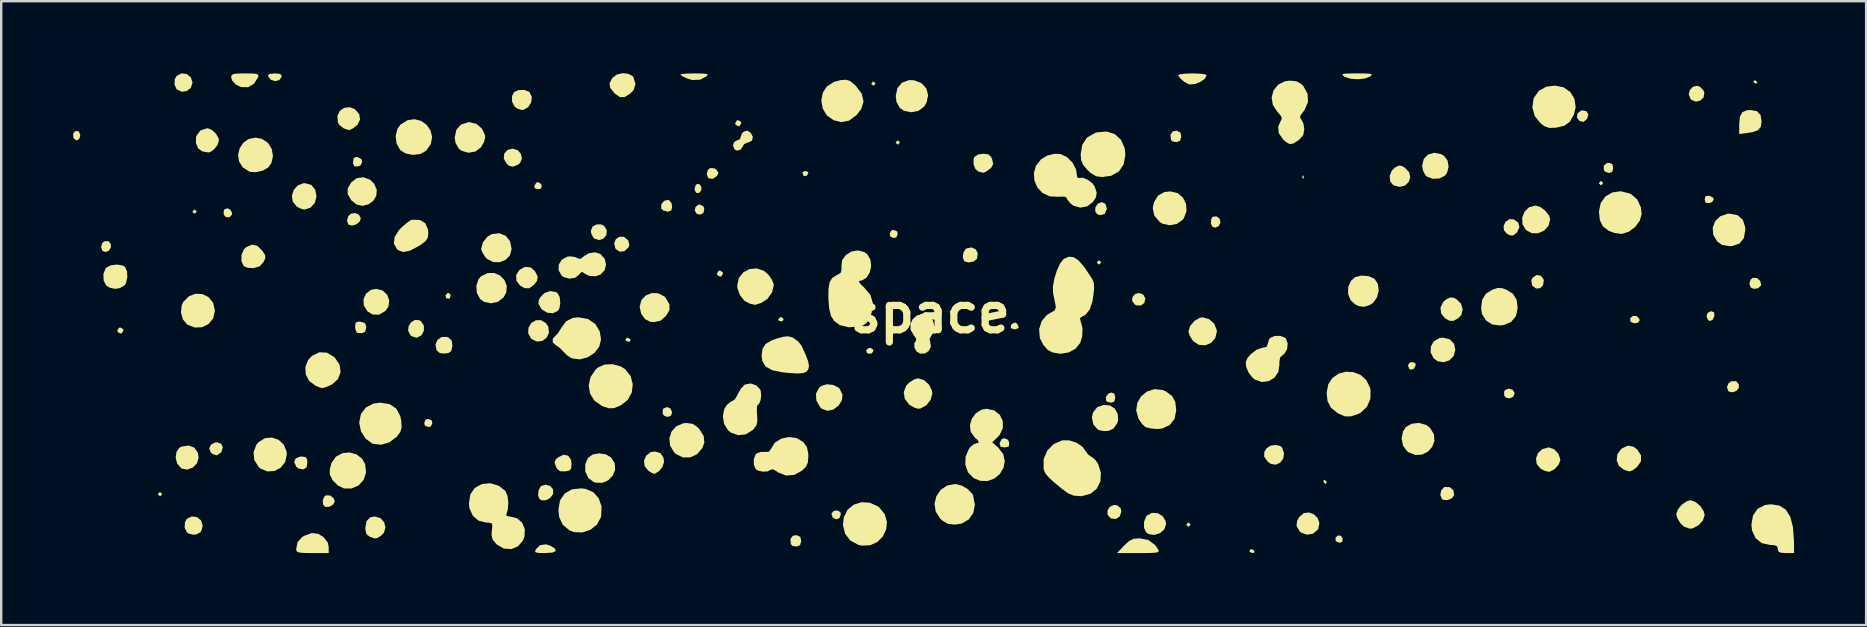
<source format=kicad_pcb>
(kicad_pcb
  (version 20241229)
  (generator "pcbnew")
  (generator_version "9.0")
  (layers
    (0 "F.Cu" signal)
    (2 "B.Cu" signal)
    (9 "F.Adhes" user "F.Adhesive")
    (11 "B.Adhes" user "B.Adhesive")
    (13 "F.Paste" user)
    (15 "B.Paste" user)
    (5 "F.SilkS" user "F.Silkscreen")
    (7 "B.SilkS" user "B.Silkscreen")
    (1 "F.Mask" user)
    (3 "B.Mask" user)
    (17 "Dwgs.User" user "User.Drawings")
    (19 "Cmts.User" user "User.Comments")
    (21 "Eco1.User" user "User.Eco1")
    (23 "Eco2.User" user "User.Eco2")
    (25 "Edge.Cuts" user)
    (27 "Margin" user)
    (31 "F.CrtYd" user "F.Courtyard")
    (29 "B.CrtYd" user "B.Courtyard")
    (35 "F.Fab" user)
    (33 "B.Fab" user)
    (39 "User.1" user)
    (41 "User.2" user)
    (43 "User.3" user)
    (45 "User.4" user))
  (footprint "space"
    (layer "F.Cu")
    (at 35.704 9.999)
    (property "Reference" "space" (at 0 0 0) (layer "F.SilkS") (effects (font (size 1.524 1.524) (thickness 0.3))))
    (attr board_only exclude_from_pos_files exclude_from_bom)
    (fp_poly (pts (xy 15.55 -5.729) (xy 15.561 -5.629) (xy 15.55 -5.616) (xy 15.5 -5.628) (xy 15.494 -5.673) (xy 15.525 -5.742)) (stroke (width 0) (type solid)) (fill yes) (layer "F.SilkS"))
    (fp_poly (pts (xy -33.627 0.66) (xy -33.613 0.72) (xy -33.68 0.832) (xy -33.74 0.847) (xy -33.852 0.779) (xy -33.867 0.72) (xy -33.799 0.607) (xy -33.74 0.593)) (stroke (width 0) (type solid)) (fill yes) (layer "F.SilkS"))
    (fp_poly (pts (xy -32.006 7.515) (xy -32.004 7.535) (xy -32.068 7.618) (xy -32.089 7.62) (xy -32.171 7.556) (xy -32.173 7.535) (xy -32.109 7.453) (xy -32.089 7.451)) (stroke (width 0) (type solid)) (fill yes) (layer "F.SilkS"))
    (fp_poly (pts (xy -30.567 -4.254) (xy -30.565 -4.233) (xy -30.629 -4.151) (xy -30.649 -4.149) (xy -30.732 -4.213) (xy -30.734 -4.233) (xy -30.67 -4.316) (xy -30.649 -4.318)) (stroke (width 0) (type solid)) (fill yes) (layer "F.SilkS"))
    (fp_poly (pts (xy -20.771 4.463) (xy -20.743 4.572) (xy -20.803 4.714) (xy -20.913 4.741) (xy -21.054 4.681) (xy -21.082 4.572) (xy -21.022 4.43) (xy -20.913 4.403)) (stroke (width 0) (type solid)) (fill yes) (layer "F.SilkS"))
    (fp_poly (pts (xy -19.99 -0.778) (xy -19.981 -0.72) (xy -20.033 -0.603) (xy -20.15 -0.624) (xy -20.177 -0.647) (xy -20.194 -0.752) (xy -20.108 -0.838) (xy -20.061 -0.847)) (stroke (width 0) (type solid)) (fill yes) (layer "F.SilkS"))
    (fp_poly (pts (xy -16.221 -5.391) (xy -16.187 -5.313) (xy -16.217 -5.193) (xy -16.341 -5.165) (xy -16.48 -5.208) (xy -16.494 -5.313) (xy -16.41 -5.439) (xy -16.341 -5.461)) (stroke (width 0) (type solid)) (fill yes) (layer "F.SilkS"))
    (fp_poly (pts (xy -12.506 1.078) (xy -12.488 1.101) (xy -12.508 1.173) (xy -12.568 1.185) (xy -12.684 1.141) (xy -12.7 1.101) (xy -12.639 1.018) (xy -12.62 1.016)) (stroke (width 0) (type solid)) (fill yes) (layer "F.SilkS"))
    (fp_poly (pts (xy -8.651 -1.71) (xy -8.636 -1.651) (xy -8.704 -1.539) (xy -8.763 -1.524) (xy -8.875 -1.592) (xy -8.89 -1.651) (xy -8.822 -1.763) (xy -8.763 -1.778)) (stroke (width 0) (type solid)) (fill yes) (layer "F.SilkS"))
    (fp_poly (pts (xy -7.889 -7.976) (xy -7.874 -7.916) (xy -7.942 -7.804) (xy -8.001 -7.789) (xy -8.113 -7.857) (xy -8.128 -7.916) (xy -8.06 -8.029) (xy -8.001 -8.043)) (stroke (width 0) (type solid)) (fill yes) (layer "F.SilkS"))
    (fp_poly (pts (xy -6.124 0.223) (xy -6.112 0.248) (xy -6.153 0.325) (xy -6.223 0.339) (xy -6.328 0.296) (xy -6.334 0.248) (xy -6.246 0.16) (xy -6.223 0.157)) (stroke (width 0) (type solid)) (fill yes) (layer "F.SilkS"))
    (fp_poly (pts (xy -5.094 -5.884) (xy -5.08 -5.847) (xy -5.136 -5.736) (xy -5.245 -5.71) (xy -5.28 -5.731) (xy -5.331 -5.854) (xy -5.241 -5.924) (xy -5.207 -5.927)) (stroke (width 0) (type solid)) (fill yes) (layer "F.SilkS"))
    (fp_poly (pts (xy -3.751 8.276) (xy -3.725 8.373) (xy -3.785 8.534) (xy -3.921 8.587) (xy -4.065 8.508) (xy -4.121 8.352) (xy -4.032 8.241) (xy -3.89 8.213)) (stroke (width 0) (type solid)) (fill yes) (layer "F.SilkS"))
    (fp_poly (pts (xy -2.385 1.507) (xy -2.371 1.566) (xy -2.434 1.673) (xy -2.567 1.688) (xy -2.651 1.639) (xy -2.67 1.536) (xy -2.573 1.453) (xy -2.493 1.439)) (stroke (width 0) (type solid)) (fill yes) (layer "F.SilkS"))
    (fp_poly (pts (xy -2.288 -9.588) (xy -2.286 -9.567) (xy -2.35 -9.485) (xy -2.371 -9.483) (xy -2.453 -9.547) (xy -2.455 -9.567) (xy -2.391 -9.65) (xy -2.371 -9.652)) (stroke (width 0) (type solid)) (fill yes) (layer "F.SilkS"))
    (fp_poly (pts (xy -1.382 -3.411) (xy -1.355 -3.302) (xy -1.415 -3.16) (xy -1.524 -3.133) (xy -1.666 -3.193) (xy -1.693 -3.302) (xy -1.633 -3.444) (xy -1.524 -3.471)) (stroke (width 0) (type solid)) (fill yes) (layer "F.SilkS"))
    (fp_poly (pts (xy -1.272 -7.132) (xy -1.27 -7.112) (xy -1.334 -7.03) (xy -1.355 -7.027) (xy -1.437 -7.092) (xy -1.439 -7.112) (xy -1.375 -7.194) (xy -1.355 -7.197)) (stroke (width 0) (type solid)) (fill yes) (layer "F.SilkS"))
    (fp_poly (pts (xy 7.11 -2.137) (xy 7.112 -2.117) (xy 7.048 -2.034) (xy 7.027 -2.032) (xy 6.945 -2.096) (xy 6.943 -2.117) (xy 7.007 -2.199) (xy 7.027 -2.201)) (stroke (width 0) (type solid)) (fill yes) (layer "F.SilkS"))
    (fp_poly (pts (xy 10.835 8.785) (xy 10.837 8.805) (xy 10.773 8.888) (xy 10.753 8.89) (xy 10.67 8.826) (xy 10.668 8.805) (xy 10.732 8.723) (xy 10.753 8.721)) (stroke (width 0) (type solid)) (fill yes) (layer "F.SilkS"))
    (fp_poly (pts (xy 13.487 9.883) (xy 13.504 9.906) (xy 13.485 9.978) (xy 13.425 9.991) (xy 13.309 9.946) (xy 13.293 9.906) (xy 13.353 9.824) (xy 13.372 9.821)) (stroke (width 0) (type solid)) (fill yes) (layer "F.SilkS"))
    (fp_poly (pts (xy 16.507 7.004) (xy 16.51 7.027) (xy 16.481 7.11) (xy 16.473 7.112) (xy 16.4 7.053) (xy 16.383 7.027) (xy 16.39 6.949) (xy 16.42 6.943)) (stroke (width 0) (type solid)) (fill yes) (layer "F.SilkS"))
    (fp_poly (pts (xy 17.095 9.266) (xy 17.179 9.383) (xy 17.165 9.51) (xy 17.065 9.567) (xy 16.918 9.511) (xy 16.886 9.475) (xy 16.883 9.348) (xy 16.978 9.259)) (stroke (width 0) (type solid)) (fill yes) (layer "F.SilkS"))
    (fp_poly (pts (xy 20.208 2.079) (xy 20.22 2.173) (xy 20.14 2.317) (xy 20.015 2.351) (xy 19.955 2.316) (xy 19.895 2.171) (xy 19.971 2.057) (xy 20.072 2.032)) (stroke (width 0) (type solid)) (fill yes) (layer "F.SilkS"))
    (fp_poly (pts (xy 28.022 -5.439) (xy 28.025 -5.419) (xy 27.96 -5.336) (xy 27.94 -5.334) (xy 27.858 -5.398) (xy 27.855 -5.419) (xy 27.92 -5.501) (xy 27.94 -5.503)) (stroke (width 0) (type solid)) (fill yes) (layer "F.SilkS"))
    (fp_poly (pts (xy 34.375 -9.694) (xy 34.455 -9.618) (xy 34.459 -9.605) (xy 34.394 -9.568) (xy 34.375 -9.567) (xy 34.293 -9.632) (xy 34.29 -9.657) (xy 34.342 -9.708)) (stroke (width 0) (type solid)) (fill yes) (layer "F.SilkS"))
    (fp_poly (pts (xy -34.135 -2.875) (xy -34.135 -2.74) (xy -34.224 -2.601) (xy -34.374 -2.549) (xy -34.485 -2.594) (xy -34.544 -2.752) (xy -34.495 -2.922) (xy -34.403 -2.999) (xy -34.229 -3.001)) (stroke (width 0) (type solid)) (fill yes) (layer "F.SilkS"))
    (fp_poly (pts (xy -29.145 -4.299) (xy -29.086 -4.165) (xy -29.097 -4.1) (xy -29.206 -3.992) (xy -29.348 -4.007) (xy -29.436 -4.112) (xy -29.432 -4.277) (xy -29.394 -4.337) (xy -29.268 -4.373)) (stroke (width 0) (type solid)) (fill yes) (layer "F.SilkS"))
    (fp_poly (pts (xy -9.457 -4.459) (xy -9.415 -4.35) (xy -9.453 -4.177) (xy -9.591 -4.106) (xy -9.732 -4.145) (xy -9.813 -4.273) (xy -9.782 -4.424) (xy -9.663 -4.522) (xy -9.609 -4.53)) (stroke (width 0) (type solid)) (fill yes) (layer "F.SilkS"))
    (fp_poly (pts (xy -5.416 9.317) (xy -5.376 9.483) (xy -5.423 9.657) (xy -5.567 9.721) (xy -5.746 9.691) (xy -5.809 9.616) (xy -5.828 9.406) (xy -5.727 9.269) (xy -5.567 9.244)) (stroke (width 0) (type solid)) (fill yes) (layer "F.SilkS"))
    (fp_poly (pts (xy 3.629 0.451) (xy 3.683 0.575) (xy 3.668 0.622) (xy 3.525 0.675) (xy 3.378 0.633) (xy 3.35 0.602) (xy 3.365 0.493) (xy 3.419 0.432) (xy 3.545 0.385)) (stroke (width 0) (type solid)) (fill yes) (layer "F.SilkS"))
    (fp_poly (pts (xy 7.671 3.357) (xy 7.705 3.514) (xy 7.664 3.681) (xy 7.54 3.725) (xy 7.381 3.69) (xy 7.328 3.648) (xy 7.313 3.491) (xy 7.409 3.351) (xy 7.544 3.302)) (stroke (width 0) (type solid)) (fill yes) (layer "F.SilkS"))
    (fp_poly (pts (xy 10.417 -7.532) (xy 10.456 -7.366) (xy 10.41 -7.192) (xy 10.265 -7.127) (xy 10.087 -7.158) (xy 10.024 -7.233) (xy 10.005 -7.443) (xy 10.106 -7.579) (xy 10.265 -7.605)) (stroke (width 0) (type solid)) (fill yes) (layer "F.SilkS"))
    (fp_poly (pts (xy 12.052 -3.938) (xy 12.091 -3.779) (xy 12.01 -3.626) (xy 11.866 -3.563) (xy 11.743 -3.61) (xy 11.689 -3.751) (xy 11.702 -3.924) (xy 11.761 -4.017) (xy 11.92 -4.036)) (stroke (width 0) (type solid)) (fill yes) (layer "F.SilkS"))
    (fp_poly (pts (xy 28.413 -6.213) (xy 28.448 -6.054) (xy 28.409 -5.888) (xy 28.276 -5.842) (xy 28.114 -5.895) (xy 28.057 -5.965) (xy 28.054 -6.148) (xy 28.188 -6.253) (xy 28.284 -6.265)) (stroke (width 0) (type solid)) (fill yes) (layer "F.SilkS"))
    (fp_poly (pts (xy 32.65 -0.043) (xy 32.666 0.099) (xy 32.596 0.269) (xy 32.48 0.324) (xy 32.401 0.284) (xy 32.335 0.131) (xy 32.381 -0.017) (xy 32.515 -0.085) (xy 32.518 -0.085)) (stroke (width 0) (type solid)) (fill yes) (layer "F.SilkS"))
    (fp_poly (pts (xy -35.499 -7.585) (xy -35.464 -7.558) (xy -35.41 -7.419) (xy -35.448 -7.27) (xy -35.553 -7.197) (xy -35.56 -7.197) (xy -35.665 -7.265) (xy -35.701 -7.329) (xy -35.704 -7.486) (xy -35.62 -7.587)) (stroke (width 0) (type solid)) (fill yes) (layer "F.SilkS"))
    (fp_poly (pts (xy -23.855 -6.504) (xy -23.696 -6.42) (xy -23.664 -6.308) (xy -23.734 -6.156) (xy -23.855 -6.111) (xy -23.996 -6.122) (xy -24.043 -6.24) (xy -24.045 -6.308) (xy -24.019 -6.469) (xy -23.913 -6.51)) (stroke (width 0) (type solid)) (fill yes) (layer "F.SilkS"))
    (fp_poly (pts (xy -10.82 3.976) (xy -10.753 4.135) (xy -10.753 4.146) (xy -10.815 4.278) (xy -10.952 4.32) (xy -11.092 4.266) (xy -11.148 4.185) (xy -11.145 4.022) (xy -11.108 3.962) (xy -10.961 3.907)) (stroke (width 0) (type solid)) (fill yes) (layer "F.SilkS"))
    (fp_poly (pts (xy -9.616 -5.379) (xy -9.539 -5.269) (xy -9.539 -5.116) (xy -9.542 -5.109) (xy -9.643 -5.004) (xy -9.762 -5.024) (xy -9.821 -5.155) (xy -9.821 -5.16) (xy -9.778 -5.325) (xy -9.727 -5.382)) (stroke (width 0) (type solid)) (fill yes) (layer "F.SilkS"))
    (fp_poly (pts (xy 3.242 5.276) (xy 3.287 5.397) (xy 3.276 5.539) (xy 3.158 5.586) (xy 3.09 5.588) (xy 2.929 5.562) (xy 2.888 5.455) (xy 2.894 5.397) (xy 2.978 5.238) (xy 3.09 5.207)) (stroke (width 0) (type solid)) (fill yes) (layer "F.SilkS"))
    (fp_poly (pts (xy 8.872 -0.776) (xy 8.959 -0.62) (xy 8.918 -0.431) (xy 8.774 -0.323) (xy 8.585 -0.329) (xy 8.51 -0.37) (xy 8.405 -0.523) (xy 8.421 -0.668) (xy 8.535 -0.808) (xy 8.708 -0.842)) (stroke (width 0) (type solid)) (fill yes) (layer "F.SilkS"))
    (fp_poly (pts (xy 24.256 3.185) (xy 24.34 3.32) (xy 24.342 3.345) (xy 24.276 3.485) (xy 24.13 3.547) (xy 23.978 3.516) (xy 23.907 3.429) (xy 23.904 3.266) (xy 23.94 3.204) (xy 24.097 3.138)) (stroke (width 0) (type solid)) (fill yes) (layer "F.SilkS"))
    (fp_poly (pts (xy 29.416 0.113) (xy 29.532 0.225) (xy 29.549 0.294) (xy 29.483 0.393) (xy 29.34 0.421) (xy 29.199 0.372) (xy 29.163 0.331) (xy 29.158 0.204) (xy 29.262 0.114) (xy 29.416 0.113)) (stroke (width 0) (type solid)) (fill yes) (layer "F.SilkS"))
    (fp_poly (pts (xy 32.449 -4.895) (xy 32.597 -4.826) (xy 32.639 -4.741) (xy 32.567 -4.632) (xy 32.449 -4.587) (xy 32.3 -4.603) (xy 32.258 -4.734) (xy 32.258 -4.741) (xy 32.297 -4.877) (xy 32.441 -4.896)) (stroke (width 0) (type solid)) (fill yes) (layer "F.SilkS"))
    (fp_poly (pts (xy 33.68 2.955) (xy 33.683 3.103) (xy 33.589 3.231) (xy 33.42 3.294) (xy 33.265 3.262) (xy 33.249 3.249) (xy 33.187 3.088) (xy 33.246 2.92) (xy 33.367 2.834) (xy 33.57 2.831)) (stroke (width 0) (type solid)) (fill yes) (layer "F.SilkS"))
    (fp_poly (pts (xy 34.432 -1.467) (xy 34.568 -1.353) (xy 34.611 -1.19) (xy 34.601 -1.15) (xy 34.484 -1.043) (xy 34.306 -1.017) (xy 34.177 -1.072) (xy 34.12 -1.23) (xy 34.171 -1.4) (xy 34.263 -1.476)) (stroke (width 0) (type solid)) (fill yes) (layer "F.SilkS"))
    (fp_poly (pts (xy -29.536 5.439) (xy -29.471 5.592) (xy -29.534 5.781) (xy -29.552 5.804) (xy -29.725 5.918) (xy -29.904 5.865) (xy -29.978 5.793) (xy -30.037 5.621) (xy -29.96 5.468) (xy -29.779 5.382) (xy -29.71 5.376)) (stroke (width 0) (type solid)) (fill yes) (layer "F.SilkS"))
    (fp_poly (pts (xy -27.096 -9.974) (xy -27.022 -9.911) (xy -27.024 -9.842) (xy -27.121 -9.712) (xy -27.294 -9.669) (xy -27.47 -9.727) (xy -27.496 -9.75) (xy -27.593 -9.887) (xy -27.539 -9.964) (xy -27.329 -9.99) (xy -27.299 -9.991)) (stroke (width 0) (type solid)) (fill yes) (layer "F.SilkS"))
    (fp_poly (pts (xy -24.997 7.592) (xy -24.85 7.71) (xy -24.807 7.839) (xy -24.879 7.971) (xy -25.039 8.062) (xy -25.209 8.067) (xy -25.209 8.067) (xy -25.298 7.961) (xy -25.307 7.789) (xy -25.243 7.634) (xy -25.178 7.585)) (stroke (width 0) (type solid)) (fill yes) (layer "F.SilkS"))
    (fp_poly (pts (xy -23.801 -4.104) (xy -23.726 -3.966) (xy -23.758 -3.836) (xy -23.902 -3.706) (xy -24.088 -3.65) (xy -24.237 -3.691) (xy -24.239 -3.694) (xy -24.3 -3.856) (xy -24.248 -4.04) (xy -24.142 -4.142) (xy -23.956 -4.176)) (stroke (width 0) (type solid)) (fill yes) (layer "F.SilkS"))
    (fp_poly (pts (xy -10.886 -4.713) (xy -10.785 -4.598) (xy -10.753 -4.448) (xy -10.787 -4.285) (xy -10.921 -4.234) (xy -10.955 -4.233) (xy -11.133 -4.286) (xy -11.212 -4.375) (xy -11.204 -4.545) (xy -11.089 -4.681) (xy -10.927 -4.724)) (stroke (width 0) (type solid)) (fill yes) (layer "F.SilkS"))
    (fp_poly (pts (xy -8.999 -6.038) (xy -8.903 -5.976) (xy -8.823 -5.851) (xy -8.883 -5.723) (xy -8.886 -5.719) (xy -9.056 -5.6) (xy -9.222 -5.617) (xy -9.257 -5.644) (xy -9.314 -5.802) (xy -9.263 -5.972) (xy -9.171 -6.048)) (stroke (width 0) (type solid)) (fill yes) (layer "F.SilkS"))
    (fp_poly (pts (xy 7.292 -4.557) (xy 7.352 -4.379) (xy 7.349 -4.329) (xy 7.266 -4.139) (xy 7.091 -4.086) (xy 6.964 -4.119) (xy 6.872 -4.233) (xy 6.876 -4.407) (xy 6.974 -4.563) (xy 6.974 -4.563) (xy 7.149 -4.629)) (stroke (width 0) (type solid)) (fill yes) (layer "F.SilkS"))
    (fp_poly (pts (xy 7.785 8) (xy 7.931 8.124) (xy 7.959 8.258) (xy 7.893 8.462) (xy 7.731 8.57) (xy 7.53 8.549) (xy 7.512 8.54) (xy 7.384 8.397) (xy 7.379 8.224) (xy 7.472 8.07) (xy 7.637 7.987)) (stroke (width 0) (type solid)) (fill yes) (layer "F.SilkS"))
    (fp_poly (pts (xy 21.636 7.243) (xy 21.788 7.37) (xy 21.827 7.57) (xy 21.735 7.704) (xy 21.558 7.782) (xy 21.376 7.776) (xy 21.312 7.737) (xy 21.246 7.572) (xy 21.282 7.38) (xy 21.401 7.247) (xy 21.425 7.238)) (stroke (width 0) (type solid)) (fill yes) (layer "F.SilkS"))
    (fp_poly (pts (xy 25.425 -1.567) (xy 25.541 -1.423) (xy 25.556 -1.363) (xy 25.524 -1.161) (xy 25.4 -1.043) (xy 25.236 -1.029) (xy 25.088 -1.14) (xy 25.068 -1.174) (xy 25.035 -1.368) (xy 25.091 -1.479) (xy 25.253 -1.592)) (stroke (width 0) (type solid)) (fill yes) (layer "F.SilkS"))
    (fp_poly (pts (xy 27.336 -8.415) (xy 27.414 -8.281) (xy 27.363 -8.106) (xy 27.346 -8.085) (xy 27.219 -7.973) (xy 27.085 -7.996) (xy 27.022 -8.034) (xy 26.934 -8.166) (xy 26.967 -8.323) (xy 27.098 -8.436) (xy 27.158 -8.451)) (stroke (width 0) (type solid)) (fill yes) (layer "F.SilkS"))
    (fp_poly (pts (xy -26.024 5.99) (xy -25.958 6.089) (xy -25.95 6.223) (xy -25.982 6.417) (xy -26.097 6.497) (xy -26.127 6.502) (xy -26.319 6.468) (xy -26.409 6.4) (xy -26.498 6.202) (xy -26.437 6.046) (xy -26.246 5.971) (xy -26.203 5.969)) (stroke (width 0) (type solid)) (fill yes) (layer "F.SilkS"))
    (fp_poly (pts (xy -23.728 0.354) (xy -23.553 0.408) (xy -23.497 0.546) (xy -23.495 0.593) (xy -23.545 0.771) (xy -23.668 0.829) (xy -23.836 0.823) (xy -23.901 0.794) (xy -23.948 0.67) (xy -23.961 0.531) (xy -23.934 0.386) (xy -23.82 0.347)) (stroke (width 0) (type solid)) (fill yes) (layer "F.SilkS"))
    (fp_poly (pts (xy -17.187 -6.794) (xy -17.053 -6.637) (xy -17.014 -6.441) (xy -17.087 -6.259) (xy -17.182 -6.184) (xy -17.392 -6.104) (xy -17.551 -6.147) (xy -17.647 -6.229) (xy -17.768 -6.441) (xy -17.748 -6.65) (xy -17.609 -6.805) (xy -17.399 -6.858)) (stroke (width 0) (type solid)) (fill yes) (layer "F.SilkS"))
    (fp_poly (pts (xy -15.834 7.196) (xy -15.714 7.333) (xy -15.713 7.524) (xy -15.826 7.688) (xy -16.001 7.789) (xy -16.188 7.793) (xy -16.284 7.733) (xy -16.339 7.578) (xy -16.317 7.373) (xy -16.227 7.208) (xy -16.218 7.2) (xy -16.032 7.14)) (stroke (width 0) (type solid)) (fill yes) (layer "F.SilkS"))
    (fp_poly (pts (xy -15.825 9.683) (xy -15.631 9.809) (xy -15.602 9.905) (xy -15.733 9.967) (xy -16.022 9.991) (xy -16.04 9.991) (xy -16.307 9.986) (xy -16.437 9.963) (xy -16.463 9.908) (xy -16.431 9.832) (xy -16.256 9.663) (xy -16.01 9.626)) (stroke (width 0) (type solid)) (fill yes) (layer "F.SilkS"))
    (fp_poly (pts (xy -13.701 -3.699) (xy -13.588 -3.64) (xy -13.477 -3.459) (xy -13.493 -3.26) (xy -13.617 -3.103) (xy -13.801 -3.048) (xy -13.978 -3.104) (xy -14.038 -3.15) (xy -14.12 -3.312) (xy -14.139 -3.444) (xy -14.069 -3.608) (xy -13.901 -3.701)) (stroke (width 0) (type solid)) (fill yes) (layer "F.SilkS"))
    (fp_poly (pts (xy -12.766 -3.183) (xy -12.599 -3.051) (xy -12.582 -3.027) (xy -12.535 -2.843) (xy -12.582 -2.731) (xy -12.747 -2.585) (xy -12.94 -2.565) (xy -13.1 -2.672) (xy -13.121 -2.704) (xy -13.169 -2.921) (xy -13.096 -3.091) (xy -12.947 -3.187)) (stroke (width 0) (type solid)) (fill yes) (layer "F.SilkS"))
    (fp_poly (pts (xy 24.299 -3.913) (xy 24.492 -3.778) (xy 24.543 -3.583) (xy 24.442 -3.373) (xy 24.42 -3.35) (xy 24.28 -3.239) (xy 24.149 -3.244) (xy 24.024 -3.309) (xy 23.894 -3.46) (xy 23.884 -3.647) (xy 23.969 -3.818) (xy 24.126 -3.92)) (stroke (width 0) (type solid)) (fill yes) (layer "F.SilkS"))
    (fp_poly (pts (xy 32.068 -9.431) (xy 32.205 -9.287) (xy 32.244 -9.194) (xy 32.216 -8.992) (xy 32.079 -8.857) (xy 31.891 -8.814) (xy 31.706 -8.89) (xy 31.669 -8.928) (xy 31.595 -9.117) (xy 31.641 -9.301) (xy 31.771 -9.436) (xy 31.949 -9.475)) (stroke (width 0) (type solid)) (fill yes) (layer "F.SilkS"))
    (fp_poly (pts (xy -30.977 -9.966) (xy -30.806 -9.832) (xy -30.734 -9.614) (xy -30.734 -9.61) (xy -30.803 -9.391) (xy -30.973 -9.255) (xy -31.188 -9.226) (xy -31.391 -9.327) (xy -31.394 -9.33) (xy -31.485 -9.524) (xy -31.472 -9.753) (xy -31.394 -9.889) (xy -31.192 -9.993)) (stroke (width 0) (type solid)) (fill yes) (layer "F.SilkS"))
    (fp_poly (pts (xy -22.814 -0.947) (xy -22.625 -0.77) (xy -22.539 -0.531) (xy -22.574 -0.276) (xy -22.707 -0.088) (xy -22.969 0.062) (xy -23.239 0.052) (xy -23.453 -0.085) (xy -23.6 -0.329) (xy -23.611 -0.589) (xy -23.504 -0.82) (xy -23.296 -0.976) (xy -23.086 -1.016)) (stroke (width 0) (type solid)) (fill yes) (layer "F.SilkS"))
    (fp_poly (pts (xy -21.281 0.292) (xy -21.212 0.337) (xy -21.096 0.52) (xy -21.096 0.733) (xy -21.195 0.917) (xy -21.374 1.013) (xy -21.421 1.016) (xy -21.598 0.96) (xy -21.658 0.914) (xy -21.753 0.731) (xy -21.731 0.536) (xy -21.624 0.371) (xy -21.463 0.276)) (stroke (width 0) (type solid)) (fill yes) (layer "F.SilkS"))
    (fp_poly (pts (xy -16.643 -1.906) (xy -16.472 -1.759) (xy -16.356 -1.532) (xy -16.383 -1.346) (xy -16.51 -1.185) (xy -16.706 -1.041) (xy -16.896 -1.043) (xy -17.084 -1.148) (xy -17.24 -1.345) (xy -17.254 -1.582) (xy -17.124 -1.801) (xy -17.117 -1.807) (xy -16.879 -1.933)) (stroke (width 0) (type solid)) (fill yes) (layer "F.SilkS"))
    (fp_poly (pts (xy -16.007 0.416) (xy -15.912 0.564) (xy -15.886 0.816) (xy -15.984 1.021) (xy -16.163 1.152) (xy -16.383 1.181) (xy -16.603 1.078) (xy -16.631 1.052) (xy -16.75 0.837) (xy -16.74 0.607) (xy -16.625 0.41) (xy -16.432 0.291) (xy -16.214 0.289)) (stroke (width 0) (type solid)) (fill yes) (layer "F.SilkS"))
    (fp_poly (pts (xy -15.084 5.933) (xy -14.965 6.11) (xy -14.944 6.275) (xy -14.961 6.472) (xy -15.046 6.558) (xy -15.218 6.588) (xy -15.426 6.581) (xy -15.547 6.481) (xy -15.596 6.388) (xy -15.654 6.21) (xy -15.599 6.087) (xy -15.508 6.006) (xy -15.276 5.893)) (stroke (width 0) (type solid)) (fill yes) (layer "F.SilkS"))
    (fp_poly (pts (xy 1.889 -2.665) (xy 1.979 -2.497) (xy 1.945 -2.28) (xy 1.932 -2.256) (xy 1.796 -2.152) (xy 1.596 -2.115) (xy 1.427 -2.159) (xy 1.411 -2.173) (xy 1.354 -2.33) (xy 1.381 -2.531) (xy 1.476 -2.682) (xy 1.494 -2.694) (xy 1.713 -2.744)) (stroke (width 0) (type solid)) (fill yes) (layer "F.SilkS"))
    (fp_poly (pts (xy 14.578 5.53) (xy 14.656 5.599) (xy 14.738 5.84) (xy 14.699 6.06) (xy 14.572 6.227) (xy 14.389 6.309) (xy 14.182 6.275) (xy 14.059 6.185) (xy 13.909 5.978) (xy 13.914 5.782) (xy 13.998 5.636) (xy 14.161 5.522) (xy 14.38 5.486)) (stroke (width 0) (type solid)) (fill yes) (layer "F.SilkS"))
    (fp_poly (pts (xy 21.638 1.083) (xy 21.819 1.272) (xy 21.872 1.524) (xy 21.802 1.784) (xy 21.624 1.962) (xy 21.386 2.041) (xy 21.136 2) (xy 20.968 1.877) (xy 20.842 1.633) (xy 20.854 1.38) (xy 20.983 1.164) (xy 21.208 1.034) (xy 21.348 1.016)) (stroke (width 0) (type solid)) (fill yes) (layer "F.SilkS"))
    (fp_poly (pts (xy 34.436 -8.418) (xy 34.586 -8.259) (xy 34.629 -7.994) (xy 34.597 -7.767) (xy 34.48 -7.625) (xy 34.246 -7.543) (xy 34.057 -7.512) (xy 33.697 -7.467) (xy 33.697 -7.865) (xy 33.727 -8.188) (xy 33.828 -8.376) (xy 34.023 -8.458) (xy 34.163 -8.467)) (stroke (width 0) (type solid)) (fill yes) (layer "F.SilkS"))
    (fp_poly (pts (xy -30.656 5.601) (xy -30.51 5.814) (xy -30.48 6.013) (xy -30.549 6.251) (xy -30.722 6.428) (xy -30.948 6.513) (xy -31.175 6.474) (xy -31.208 6.455) (xy -31.372 6.266) (xy -31.437 6.022) (xy -31.405 5.781) (xy -31.276 5.6) (xy -31.199 5.557) (xy -30.896 5.509)) (stroke (width 0) (type solid)) (fill yes) (layer "F.SilkS"))
    (fp_poly (pts (xy -30.554 8.491) (xy -30.382 8.625) (xy -30.311 8.843) (xy -30.311 8.848) (xy -30.357 9.042) (xy -30.412 9.127) (xy -30.577 9.212) (xy -30.692 9.229) (xy -30.886 9.183) (xy -30.971 9.127) (xy -31.062 8.934) (xy -31.048 8.704) (xy -30.971 8.568) (xy -30.769 8.464)) (stroke (width 0) (type solid)) (fill yes) (layer "F.SilkS"))
    (fp_poly (pts (xy -20.061 1.019) (xy -19.934 1.142) (xy -19.91 1.353) (xy -19.913 1.381) (xy -19.955 1.573) (xy -20.07 1.655) (xy -20.209 1.677) (xy -20.433 1.662) (xy -20.562 1.546) (xy -20.568 1.535) (xy -20.614 1.308) (xy -20.532 1.113) (xy -20.363 0.992) (xy -20.145 0.985)) (stroke (width 0) (type solid)) (fill yes) (layer "F.SilkS"))
    (fp_poly (pts (xy -16.719 -9.231) (xy -16.696 -9.212) (xy -16.6 -9.013) (xy -16.625 -8.786) (xy -16.747 -8.588) (xy -16.942 -8.475) (xy -17.018 -8.467) (xy -17.204 -8.524) (xy -17.308 -8.6) (xy -17.421 -8.807) (xy -17.426 -9.045) (xy -17.34 -9.212) (xy -17.156 -9.297) (xy -16.918 -9.303)) (stroke (width 0) (type solid)) (fill yes) (layer "F.SilkS"))
    (fp_poly (pts (xy -11.244 5.824) (xy -11.114 6.017) (xy -11.091 6.193) (xy -11.152 6.391) (xy -11.296 6.576) (xy -11.468 6.682) (xy -11.515 6.689) (xy -11.612 6.645) (xy -11.75 6.557) (xy -11.902 6.366) (xy -11.926 6.141) (xy -11.837 5.932) (xy -11.654 5.79) (xy -11.483 5.757)) (stroke (width 0) (type solid)) (fill yes) (layer "F.SilkS"))
    (fp_poly (pts (xy 9.087 9.448) (xy 9.375 9.665) (xy 9.493 9.842) (xy 9.517 9.908) (xy 9.483 9.951) (xy 9.367 9.976) (xy 9.141 9.987) (xy 8.778 9.991) (xy 8.676 9.991) (xy 7.779 9.991) (xy 8.069 9.683) (xy 8.28 9.487) (xy 8.471 9.397) (xy 8.711 9.375)) (stroke (width 0) (type solid)) (fill yes) (layer "F.SilkS"))
    (fp_poly (pts (xy 9.476 8.329) (xy 9.681 8.453) (xy 9.806 8.664) (xy 9.821 8.785) (xy 9.748 9.004) (xy 9.566 9.162) (xy 9.331 9.235) (xy 9.098 9.201) (xy 8.992 9.127) (xy 8.904 8.937) (xy 8.904 8.691) (xy 8.989 8.472) (xy 9.023 8.43) (xy 9.24 8.314)) (stroke (width 0) (type solid)) (fill yes) (layer "F.SilkS"))
    (fp_poly (pts (xy 15.98 8.377) (xy 16.137 8.533) (xy 16.21 8.74) (xy 16.162 8.973) (xy 16.134 9.022) (xy 15.937 9.186) (xy 15.687 9.226) (xy 15.447 9.135) (xy 15.38 9.074) (xy 15.255 8.863) (xy 15.281 8.645) (xy 15.375 8.481) (xy 15.562 8.325) (xy 15.776 8.299)) (stroke (width 0) (type solid)) (fill yes) (layer "F.SilkS"))
    (fp_poly (pts (xy 19.642 -6.137) (xy 19.77 -6.061) (xy 19.95 -5.871) (xy 19.994 -5.66) (xy 19.928 -5.465) (xy 19.776 -5.32) (xy 19.561 -5.262) (xy 19.309 -5.327) (xy 19.283 -5.341) (xy 19.155 -5.5) (xy 19.137 -5.72) (xy 19.223 -5.939) (xy 19.346 -6.061) (xy 19.512 -6.151)) (stroke (width 0) (type solid)) (fill yes) (layer "F.SilkS"))
    (fp_poly (pts (xy 21.793 -0.646) (xy 21.917 -0.585) (xy 22.106 -0.402) (xy 22.177 -0.166) (xy 22.123 0.067) (xy 21.999 0.204) (xy 21.791 0.319) (xy 21.619 0.311) (xy 21.44 0.207) (xy 21.279 0.007) (xy 21.254 -0.236) (xy 21.361 -0.466) (xy 21.473 -0.565) (xy 21.649 -0.658)) (stroke (width 0) (type solid)) (fill yes) (layer "F.SilkS"))
    (fp_poly (pts (xy -25.789 -5.348) (xy -25.622 -5.147) (xy -25.569 -4.867) (xy -25.64 -4.595) (xy -25.822 -4.396) (xy -26.073 -4.318) (xy -26.077 -4.318) (xy -26.243 -4.364) (xy -26.397 -4.45) (xy -26.559 -4.649) (xy -26.595 -4.892) (xy -26.521 -5.132) (xy -26.354 -5.323) (xy -26.111 -5.416) (xy -26.056 -5.419)) (stroke (width 0) (type solid)) (fill yes) (layer "F.SilkS"))
    (fp_poly (pts (xy -25.5 9.188) (xy -25.284 9.319) (xy -25.098 9.553) (xy -25.061 9.743) (xy -25.061 9.991) (xy -25.739 9.991) (xy -26.077 9.987) (xy -26.28 9.97) (xy -26.381 9.932) (xy -26.414 9.865) (xy -26.416 9.828) (xy -26.36 9.534) (xy -26.173 9.327) (xy -26.071 9.268) (xy -25.763 9.157)) (stroke (width 0) (type solid)) (fill yes) (layer "F.SilkS"))
    (fp_poly (pts (xy -23.971 -8.503) (xy -23.79 -8.295) (xy -23.755 -8.07) (xy -23.863 -7.849) (xy -24.042 -7.707) (xy -24.169 -7.642) (xy -24.259 -7.637) (xy -24.404 -7.69) (xy -24.44 -7.705) (xy -24.61 -7.836) (xy -24.679 -7.953) (xy -24.699 -8.224) (xy -24.598 -8.43) (xy -24.416 -8.556) (xy -24.193 -8.585)) (stroke (width 0) (type solid)) (fill yes) (layer "F.SilkS"))
    (fp_poly (pts (xy -23.343 -5.565) (xy -23.175 -5.405) (xy -23.058 -5.141) (xy -23.078 -4.893) (xy -23.204 -4.684) (xy -23.403 -4.537) (xy -23.643 -4.476) (xy -23.892 -4.524) (xy -24.119 -4.704) (xy -24.124 -4.71) (xy -24.272 -4.967) (xy -24.269 -5.201) (xy -24.12 -5.454) (xy -23.889 -5.629) (xy -23.614 -5.665)) (stroke (width 0) (type solid)) (fill yes) (layer "F.SilkS"))
    (fp_poly (pts (xy -22.907 8.534) (xy -22.752 8.704) (xy -22.697 8.923) (xy -22.76 9.143) (xy -22.879 9.266) (xy -23.031 9.364) (xy -23.144 9.381) (xy -23.308 9.326) (xy -23.347 9.311) (xy -23.488 9.203) (xy -23.536 9.003) (xy -23.537 8.952) (xy -23.486 8.661) (xy -23.331 8.502) (xy -23.145 8.467)) (stroke (width 0) (type solid)) (fill yes) (layer "F.SilkS"))
    (fp_poly (pts (xy -17.924 -1.572) (xy -17.74 -1.385) (xy -17.643 -1.142) (xy -17.663 -0.871) (xy -17.78 -0.655) (xy -18.013 -0.476) (xy -18.302 -0.414) (xy -18.586 -0.472) (xy -18.757 -0.597) (xy -18.89 -0.85) (xy -18.911 -1.144) (xy -18.823 -1.413) (xy -18.719 -1.535) (xy -18.443 -1.674) (xy -18.168 -1.678)) (stroke (width 0) (type solid)) (fill yes) (layer "F.SilkS"))
    (fp_poly (pts (xy -15.597 -0.885) (xy -15.531 -0.842) (xy -15.441 -0.677) (xy -15.413 -0.437) (xy -15.449 -0.208) (xy -15.511 -0.102) (xy -15.717 -0.001) (xy -15.961 -0.023) (xy -16.175 -0.155) (xy -16.228 -0.221) (xy -16.321 -0.397) (xy -16.31 -0.542) (xy -16.248 -0.666) (xy -16.07 -0.845) (xy -15.831 -0.923)) (stroke (width 0) (type solid)) (fill yes) (layer "F.SilkS"))
    (fp_poly (pts (xy -13.516 5.879) (xy -13.293 6.011) (xy -13.143 6.258) (xy -13.13 6.52) (xy -13.229 6.766) (xy -13.415 6.959) (xy -13.665 7.067) (xy -13.952 7.055) (xy -14.028 7.029) (xy -14.254 6.853) (xy -14.373 6.59) (xy -14.373 6.289) (xy -14.262 6.03) (xy -14.068 5.886) (xy -13.798 5.835)) (stroke (width 0) (type solid)) (fill yes) (layer "F.SilkS"))
    (fp_poly (pts (xy -11.335 -0.832) (xy -11.087 -0.703) (xy -11.013 -0.624) (xy -10.864 -0.364) (xy -10.868 -0.128) (xy -11.005 0.105) (xy -11.236 0.31) (xy -11.516 0.37) (xy -11.662 0.357) (xy -11.885 0.244) (xy -12.046 0.016) (xy -12.107 -0.273) (xy -12.037 -0.546) (xy -11.854 -0.739) (xy -11.605 -0.84)) (stroke (width 0) (type solid)) (fill yes) (layer "F.SilkS"))
    (fp_poly (pts (xy -9.492 -9.986) (xy -9.324 -9.97) (xy -9.274 -9.934) (xy -9.316 -9.874) (xy -9.316 -9.874) (xy -9.587 -9.729) (xy -9.918 -9.716) (xy -10.139 -9.78) (xy -10.321 -9.87) (xy -10.412 -9.937) (xy -10.414 -9.944) (xy -10.336 -9.967) (xy -10.132 -9.983) (xy -9.842 -9.991) (xy -9.803 -9.991)) (stroke (width 0) (type solid)) (fill yes) (layer "F.SilkS"))
    (fp_poly (pts (xy -4.047 2.986) (xy -3.826 3.094) (xy -3.772 3.152) (xy -3.655 3.399) (xy -3.685 3.632) (xy -3.816 3.841) (xy -4.036 4.014) (xy -4.29 4.062) (xy -4.522 3.978) (xy -4.588 3.916) (xy -4.748 3.633) (xy -4.762 3.35) (xy -4.634 3.108) (xy -4.538 3.028) (xy -4.311 2.959)) (stroke (width 0) (type solid)) (fill yes) (layer "F.SilkS"))
    (fp_poly (pts (xy -0.677 -9.705) (xy -0.364 -9.584) (xy -0.163 -9.363) (xy -0.089 -9.079) (xy -0.157 -8.772) (xy -0.26 -8.605) (xy -0.493 -8.433) (xy -0.79 -8.373) (xy -1.087 -8.43) (xy -1.27 -8.551) (xy -1.411 -8.811) (xy -1.439 -9.053) (xy -1.369 -9.381) (xy -1.175 -9.608) (xy -0.885 -9.712)) (stroke (width 0) (type solid)) (fill yes) (layer "F.SilkS"))
    (fp_poly (pts (xy 7.482 3.842) (xy 7.686 3.971) (xy 7.809 4.196) (xy 7.828 4.453) (xy 7.784 4.585) (xy 7.63 4.804) (xy 7.436 4.896) (xy 7.281 4.908) (xy 7.081 4.885) (xy 6.977 4.846) (xy 6.791 4.629) (xy 6.732 4.346) (xy 6.777 4.14) (xy 6.952 3.914) (xy 7.221 3.818)) (stroke (width 0) (type solid)) (fill yes) (layer "F.SilkS"))
    (fp_poly (pts (xy 18.121 -9.988) (xy 18.316 -9.976) (xy 18.392 -9.95) (xy 18.371 -9.904) (xy 18.325 -9.866) (xy 18.104 -9.778) (xy 17.801 -9.746) (xy 17.493 -9.771) (xy 17.256 -9.851) (xy 17.235 -9.866) (xy 17.17 -9.927) (xy 17.187 -9.964) (xy 17.311 -9.983) (xy 17.565 -9.99) (xy 17.78 -9.991)) (stroke (width 0) (type solid)) (fill yes) (layer "F.SilkS"))
    (fp_poly (pts (xy 21.274 -6.629) (xy 21.402 -6.557) (xy 21.548 -6.362) (xy 21.591 -6.103) (xy 21.527 -5.849) (xy 21.435 -5.728) (xy 21.203 -5.613) (xy 20.928 -5.601) (xy 20.687 -5.692) (xy 20.629 -5.743) (xy 20.526 -5.941) (xy 20.489 -6.153) (xy 20.559 -6.429) (xy 20.739 -6.612) (xy 20.991 -6.685)) (stroke (width 0) (type solid)) (fill yes) (layer "F.SilkS"))
    (fp_poly (pts (xy 25.42 -4.421) (xy 25.631 -4.259) (xy 25.783 -4.056) (xy 25.823 -3.91) (xy 25.752 -3.64) (xy 25.568 -3.441) (xy 25.319 -3.332) (xy 25.052 -3.334) (xy 24.812 -3.467) (xy 24.807 -3.471) (xy 24.668 -3.712) (xy 24.657 -3.981) (xy 24.756 -4.232) (xy 24.947 -4.416) (xy 25.208 -4.487)) (stroke (width 0) (type solid)) (fill yes) (layer "F.SilkS"))
    (fp_poly (pts (xy -33.648 -1.991) (xy -33.545 -1.93) (xy -33.462 -1.748) (xy -33.45 -1.497) (xy -33.507 -1.257) (xy -33.576 -1.149) (xy -33.758 -1.049) (xy -33.951 -1.016) (xy -34.178 -1.061) (xy -34.326 -1.149) (xy -34.436 -1.363) (xy -34.447 -1.629) (xy -34.358 -1.861) (xy -34.326 -1.899) (xy -34.137 -1.997) (xy -33.883 -2.029)) (stroke (width 0) (type solid)) (fill yes) (layer "F.SilkS"))
    (fp_poly (pts (xy -28.227 -9.986) (xy -28.056 -9.967) (xy -27.989 -9.924) (xy -27.996 -9.849) (xy -27.998 -9.842) (xy -28.17 -9.562) (xy -28.418 -9.417) (xy -28.709 -9.42) (xy -28.937 -9.53) (xy -29.079 -9.686) (xy -29.125 -9.826) (xy -29.108 -9.913) (xy -29.032 -9.963) (xy -28.861 -9.985) (xy -28.56 -9.991) (xy -28.535 -9.991)) (stroke (width 0) (type solid)) (fill yes) (layer "F.SilkS"))
    (fp_poly (pts (xy -28.031 -2.807) (xy -27.824 -2.6) (xy -27.711 -2.425) (xy -27.701 -2.293) (xy -27.775 -2.134) (xy -27.937 -1.953) (xy -28.186 -1.881) (xy -28.197 -1.88) (xy -28.426 -1.891) (xy -28.588 -1.953) (xy -28.597 -1.96) (xy -28.697 -2.167) (xy -28.694 -2.424) (xy -28.595 -2.659) (xy -28.494 -2.757) (xy -28.247 -2.86)) (stroke (width 0) (type solid)) (fill yes) (layer "F.SilkS"))
    (fp_poly (pts (xy -27.152 5.271) (xy -26.936 5.469) (xy -26.817 5.754) (xy -26.805 5.884) (xy -26.876 6.198) (xy -27.059 6.433) (xy -27.316 6.569) (xy -27.606 6.59) (xy -27.888 6.479) (xy -27.986 6.396) (xy -28.161 6.113) (xy -28.192 5.793) (xy -28.08 5.487) (xy -27.986 5.372) (xy -27.718 5.205) (xy -27.427 5.177)) (stroke (width 0) (type solid)) (fill yes) (layer "F.SilkS"))
    (fp_poly (pts (xy -17.686 -3.226) (xy -17.506 -2.997) (xy -17.441 -2.673) (xy -17.512 -2.409) (xy -17.695 -2.222) (xy -17.944 -2.125) (xy -18.214 -2.133) (xy -18.46 -2.26) (xy -18.536 -2.34) (xy -18.657 -2.525) (xy -18.711 -2.669) (xy -18.711 -2.674) (xy -18.638 -2.95) (xy -18.453 -3.187) (xy -18.273 -3.294) (xy -17.952 -3.333)) (stroke (width 0) (type solid)) (fill yes) (layer "F.SilkS"))
    (fp_poly (pts (xy -12.576 -9.976) (xy -12.394 -9.87) (xy -12.364 -9.827) (xy -12.281 -9.539) (xy -12.363 -9.29) (xy -12.5 -9.15) (xy -12.734 -9.005) (xy -12.926 -9.002) (xy -13.129 -9.143) (xy -13.17 -9.182) (xy -13.336 -9.392) (xy -13.361 -9.578) (xy -13.25 -9.796) (xy -13.246 -9.802) (xy -13.067 -9.94) (xy -12.822 -9.999)) (stroke (width 0) (type solid)) (fill yes) (layer "F.SilkS"))
    (fp_poly (pts (xy 2.419 -6.62) (xy 2.534 -6.51) (xy 2.579 -6.405) (xy 2.619 -6.213) (xy 2.549 -6.077) (xy 2.465 -6.002) (xy 2.309 -5.891) (xy 2.213 -5.852) (xy 2.093 -5.88) (xy 2.011 -5.9) (xy 1.876 -6.011) (xy 1.8 -6.212) (xy 1.803 -6.427) (xy 1.838 -6.511) (xy 1.988 -6.612) (xy 2.209 -6.646)) (stroke (width 0) (type solid)) (fill yes) (layer "F.SilkS"))
    (fp_poly (pts (xy 10.296 -5.007) (xy 10.521 -4.819) (xy 10.654 -4.554) (xy 10.674 -4.255) (xy 10.565 -3.963) (xy 10.52 -3.901) (xy 10.275 -3.723) (xy 9.969 -3.665) (xy 9.667 -3.732) (xy 9.556 -3.801) (xy 9.331 -4.069) (xy 9.266 -4.385) (xy 9.317 -4.623) (xy 9.488 -4.903) (xy 9.75 -5.048) (xy 9.997 -5.077)) (stroke (width 0) (type solid)) (fill yes) (layer "F.SilkS"))
    (fp_poly (pts (xy 20.66 4.654) (xy 20.813 4.768) (xy 20.978 5.038) (xy 21.002 5.312) (xy 20.911 5.563) (xy 20.732 5.763) (xy 20.491 5.887) (xy 20.214 5.906) (xy 19.926 5.794) (xy 19.866 5.751) (xy 19.693 5.518) (xy 19.634 5.221) (xy 19.691 4.925) (xy 19.812 4.741) (xy 20.062 4.6) (xy 20.367 4.571)) (stroke (width 0) (type solid)) (fill yes) (layer "F.SilkS"))
    (fp_poly (pts (xy 25.987 5.663) (xy 26.165 5.85) (xy 26.246 6.092) (xy 26.247 6.115) (xy 26.177 6.307) (xy 26.012 6.489) (xy 25.817 6.596) (xy 25.758 6.604) (xy 25.575 6.557) (xy 25.419 6.472) (xy 25.26 6.278) (xy 25.233 6.047) (xy 25.317 5.825) (xy 25.497 5.657) (xy 25.755 5.588) (xy 25.762 5.588)) (stroke (width 0) (type solid)) (fill yes) (layer "F.SilkS"))
    (fp_poly (pts (xy 29.294 5.56) (xy 29.448 5.676) (xy 29.607 5.917) (xy 29.605 6.17) (xy 29.441 6.403) (xy 29.41 6.429) (xy 29.24 6.554) (xy 29.119 6.588) (xy 28.965 6.545) (xy 28.891 6.516) (xy 28.682 6.355) (xy 28.592 6.122) (xy 28.624 5.87) (xy 28.783 5.653) (xy 28.816 5.628) (xy 29.066 5.514)) (stroke (width 0) (type solid)) (fill yes) (layer "F.SilkS"))
    (fp_poly (pts (xy 33.631 -4.084) (xy 33.847 -3.895) (xy 33.946 -3.586) (xy 33.951 -3.471) (xy 33.89 -3.128) (xy 33.709 -2.903) (xy 33.411 -2.801) (xy 33.289 -2.794) (xy 32.981 -2.847) (xy 32.781 -2.99) (xy 32.615 -3.269) (xy 32.593 -3.563) (xy 32.695 -3.833) (xy 32.906 -4.039) (xy 33.206 -4.143) (xy 33.301 -4.149)) (stroke (width 0) (type solid)) (fill yes) (layer "F.SilkS"))
    (fp_poly (pts (xy -30.314 -0.797) (xy -30.059 -0.667) (xy -29.876 -0.436) (xy -29.803 -0.114) (xy -29.803 -0.099) (xy -29.875 0.216) (xy -30.065 0.449) (xy -30.335 0.582) (xy -30.644 0.596) (xy -30.953 0.472) (xy -30.966 0.463) (xy -31.14 0.249) (xy -31.216 -0.042) (xy -31.182 -0.339) (xy -31.12 -0.47) (xy -30.882 -0.709) (xy -30.601 -0.814)) (stroke (width 0) (type solid)) (fill yes) (layer "F.SilkS"))
    (fp_poly (pts (xy -29.92 -7.635) (xy -29.751 -7.47) (xy -29.645 -7.273) (xy -29.633 -7.197) (xy -29.692 -7.014) (xy -29.83 -6.833) (xy -29.995 -6.715) (xy -30.078 -6.698) (xy -30.25 -6.728) (xy -30.337 -6.748) (xy -30.498 -6.867) (xy -30.59 -7.084) (xy -30.588 -7.333) (xy -30.569 -7.397) (xy -30.405 -7.614) (xy -30.137 -7.703) (xy -30.092 -7.705)) (stroke (width 0) (type solid)) (fill yes) (layer "F.SilkS"))
    (fp_poly (pts (xy -27.853 -7.268) (xy -27.593 -7.099) (xy -27.433 -6.84) (xy -27.382 -6.539) (xy -27.452 -6.247) (xy -27.591 -6.063) (xy -27.812 -5.94) (xy -28.092 -5.876) (xy -28.34 -5.891) (xy -28.363 -5.899) (xy -28.642 -6.078) (xy -28.795 -6.321) (xy -28.835 -6.594) (xy -28.773 -6.863) (xy -28.624 -7.096) (xy -28.399 -7.258) (xy -28.111 -7.316)) (stroke (width 0) (type solid)) (fill yes) (layer "F.SilkS"))
    (fp_poly (pts (xy -23.901 5.878) (xy -23.663 6.067) (xy -23.544 6.287) (xy -23.505 6.635) (xy -23.606 6.941) (xy -23.817 7.174) (xy -24.112 7.301) (xy -24.426 7.298) (xy -24.674 7.179) (xy -24.893 6.961) (xy -25.013 6.724) (xy -25.016 6.508) (xy -24.953 6.256) (xy -24.944 6.233) (xy -24.758 5.974) (xy -24.492 5.83) (xy -24.192 5.799)) (stroke (width 0) (type solid)) (fill yes) (layer "F.SilkS"))
    (fp_poly (pts (xy -21.213 -8.013) (xy -20.983 -7.851) (xy -20.822 -7.621) (xy -20.754 -7.349) (xy -20.804 -7.059) (xy -20.996 -6.774) (xy -20.999 -6.771) (xy -21.243 -6.634) (xy -21.553 -6.597) (xy -21.86 -6.657) (xy -22.083 -6.8) (xy -22.233 -7.066) (xy -22.272 -7.381) (xy -22.199 -7.681) (xy -22.077 -7.853) (xy -21.785 -8.038) (xy -21.489 -8.084)) (stroke (width 0) (type solid)) (fill yes) (layer "F.SilkS"))
    (fp_poly (pts (xy -18.9 -7.883) (xy -18.673 -7.687) (xy -18.551 -7.42) (xy -18.542 -7.324) (xy -18.593 -7.125) (xy -18.717 -6.913) (xy -18.717 -6.912) (xy -18.954 -6.735) (xy -19.243 -6.685) (xy -19.525 -6.768) (xy -19.643 -6.858) (xy -19.78 -7.102) (xy -19.812 -7.324) (xy -19.742 -7.645) (xy -19.546 -7.863) (xy -19.244 -7.957) (xy -19.183 -7.959)) (stroke (width 0) (type solid)) (fill yes) (layer "F.SilkS"))
    (fp_poly (pts (xy -9.897 4.608) (xy -9.698 4.743) (xy -9.617 4.832) (xy -9.438 5.118) (xy -9.413 5.388) (xy -9.496 5.615) (xy -9.715 5.872) (xy -10.002 6.004) (xy -10.311 6.004) (xy -10.598 5.865) (xy -10.67 5.797) (xy -10.84 5.513) (xy -10.87 5.21) (xy -10.777 4.927) (xy -10.577 4.705) (xy -10.287 4.584) (xy -10.153 4.572)) (stroke (width 0) (type solid)) (fill yes) (layer "F.SilkS"))
    (fp_poly (pts (xy 11.214 -9.981) (xy 11.426 -9.957) (xy 11.514 -9.922) (xy 11.515 -9.919) (xy 11.44 -9.773) (xy 11.258 -9.64) (xy 11.027 -9.549) (xy 10.809 -9.53) (xy 10.753 -9.544) (xy 10.579 -9.64) (xy 10.418 -9.778) (xy 10.332 -9.901) (xy 10.329 -9.919) (xy 10.407 -9.954) (xy 10.611 -9.98) (xy 10.898 -9.991) (xy 10.922 -9.991)) (stroke (width 0) (type solid)) (fill yes) (layer "F.SilkS"))
    (fp_poly (pts (xy 11.613 0.244) (xy 11.829 0.438) (xy 11.934 0.702) (xy 11.938 0.762) (xy 11.869 1.041) (xy 11.693 1.238) (xy 11.453 1.336) (xy 11.194 1.319) (xy 10.962 1.171) (xy 10.928 1.132) (xy 10.806 0.934) (xy 10.753 0.766) (xy 10.753 0.762) (xy 10.824 0.533) (xy 11 0.322) (xy 11.224 0.189) (xy 11.336 0.169)) (stroke (width 0) (type solid)) (fill yes) (layer "F.SilkS"))
    (fp_poly (pts (xy 18.263 -1.545) (xy 18.502 -1.437) (xy 18.504 -1.435) (xy 18.647 -1.219) (xy 18.678 -0.941) (xy 18.607 -0.659) (xy 18.445 -0.431) (xy 18.321 -0.35) (xy 18.078 -0.269) (xy 17.868 -0.293) (xy 17.723 -0.355) (xy 17.51 -0.54) (xy 17.405 -0.803) (xy 17.408 -1.091) (xy 17.522 -1.35) (xy 17.702 -1.505) (xy 17.965 -1.57)) (stroke (width 0) (type solid)) (fill yes) (layer "F.SilkS"))
    (fp_poly (pts (xy 31.875 7.86) (xy 32.08 8.035) (xy 32.223 8.256) (xy 32.258 8.406) (xy 32.184 8.636) (xy 31.997 8.838) (xy 31.756 8.96) (xy 31.645 8.975) (xy 31.404 8.896) (xy 31.248 8.752) (xy 31.125 8.549) (xy 31.073 8.37) (xy 31.073 8.367) (xy 31.142 8.173) (xy 31.309 7.975) (xy 31.517 7.829) (xy 31.665 7.789)) (stroke (width 0) (type solid)) (fill yes) (layer "F.SilkS"))
    (fp_poly (pts (xy -25.139 1.641) (xy -24.839 1.82) (xy -24.801 1.856) (xy -24.607 2.148) (xy -24.565 2.453) (xy -24.669 2.736) (xy -24.911 2.958) (xy -25.016 3.01) (xy -25.212 3.092) (xy -25.329 3.118) (xy -25.443 3.089) (xy -25.618 3.013) (xy -25.878 2.819) (xy -26.018 2.547) (xy -26.034 2.242) (xy -25.92 1.949) (xy -25.76 1.777) (xy -25.453 1.626)) (stroke (width 0) (type solid)) (fill yes) (layer "F.SilkS"))
    (fp_poly (pts (xy -14.362 7.316) (xy -14.039 7.454) (xy -13.811 7.71) (xy -13.695 8.049) (xy -13.71 8.44) (xy -13.728 8.512) (xy -13.889 8.808) (xy -14.16 9.021) (xy -14.492 9.131) (xy -14.837 9.119) (xy -15.028 9.046) (xy -15.31 8.815) (xy -15.459 8.494) (xy -15.492 8.188) (xy -15.425 7.798) (xy -15.23 7.509) (xy -14.928 7.336) (xy -14.537 7.294)) (stroke (width 0) (type solid)) (fill yes) (layer "F.SilkS"))
    (fp_poly (pts (xy -3.351 -9.68) (xy -3.176 -9.541) (xy -3.093 -9.46) (xy -2.853 -9.138) (xy -2.782 -8.819) (xy -2.88 -8.502) (xy -3.082 -8.247) (xy -3.389 -8.022) (xy -3.712 -7.962) (xy -4.022 -8.039) (xy -4.303 -8.235) (xy -4.479 -8.524) (xy -4.541 -8.858) (xy -4.479 -9.189) (xy -4.31 -9.445) (xy -4.011 -9.638) (xy -3.741 -9.711) (xy -3.515 -9.727)) (stroke (width 0) (type solid)) (fill yes) (layer "F.SilkS"))
    (fp_poly (pts (xy -2.517 7.892) (xy -2.184 8.045) (xy -2.126 8.091) (xy -1.896 8.375) (xy -1.806 8.691) (xy -1.838 9.009) (xy -1.976 9.297) (xy -2.203 9.526) (xy -2.5 9.664) (xy -2.852 9.68) (xy -2.994 9.649) (xy -3.33 9.47) (xy -3.55 9.185) (xy -3.638 8.823) (xy -3.604 8.502) (xy -3.448 8.188) (xy -3.189 7.974) (xy -2.865 7.872)) (stroke (width 0) (type solid)) (fill yes) (layer "F.SilkS"))
    (fp_poly (pts (xy -0.261 2.785) (xy -0.052 2.976) (xy 0.071 3.23) (xy 0.085 3.344) (xy 0.014 3.608) (xy -0.164 3.833) (xy -0.401 3.965) (xy -0.508 3.979) (xy -0.674 3.929) (xy -0.872 3.808) (xy -0.878 3.804) (xy -1.064 3.565) (xy -1.106 3.286) (xy -1.004 3.017) (xy -0.878 2.885) (xy -0.68 2.762) (xy -0.512 2.709) (xy -0.508 2.709)) (stroke (width 0) (type solid)) (fill yes) (layer "F.SilkS"))
    (fp_poly (pts (xy 1.297 7.173) (xy 1.562 7.325) (xy 1.751 7.525) (xy 1.782 7.587) (xy 1.857 7.975) (xy 1.791 8.319) (xy 1.601 8.591) (xy 1.306 8.762) (xy 1.016 8.805) (xy 0.727 8.77) (xy 0.5 8.636) (xy 0.417 8.558) (xy 0.227 8.266) (xy 0.177 7.943) (xy 0.249 7.629) (xy 0.43 7.36) (xy 0.701 7.176) (xy 1.024 7.112)) (stroke (width 0) (type solid)) (fill yes) (layer "F.SilkS"))
    (fp_poly (pts (xy 23.833 -1.042) (xy 23.996 -0.982) (xy 24.276 -0.807) (xy 24.427 -0.552) (xy 24.469 -0.213) (xy 24.396 0.123) (xy 24.192 0.365) (xy 23.88 0.493) (xy 23.707 0.508) (xy 23.401 0.465) (xy 23.169 0.316) (xy 23.152 0.3) (xy 22.979 0.027) (xy 22.945 -0.213) (xy 22.993 -0.572) (xy 23.152 -0.82) (xy 23.417 -0.982) (xy 23.643 -1.056)) (stroke (width 0) (type solid)) (fill yes) (layer "F.SilkS"))
    (fp_poly (pts (xy -21.258 -3.885) (xy -21.033 -3.744) (xy -20.923 -3.48) (xy -20.913 -3.338) (xy -20.931 -3.157) (xy -21.011 -3.02) (xy -21.188 -2.878) (xy -21.315 -2.796) (xy -21.671 -2.608) (xy -21.944 -2.55) (xy -22.156 -2.62) (xy -22.219 -2.673) (xy -22.346 -2.904) (xy -22.315 -3.174) (xy -22.13 -3.467) (xy -22.033 -3.569) (xy -21.828 -3.749) (xy -21.655 -3.869) (xy -21.589 -3.896)) (stroke (width 0) (type solid)) (fill yes) (layer "F.SilkS"))
    (fp_poly (pts (xy -7.483 -7.519) (xy -7.391 -7.347) (xy -7.428 -7.192) (xy -7.576 -7.114) (xy -7.607 -7.112) (xy -7.76 -7.04) (xy -7.814 -6.943) (xy -7.915 -6.802) (xy -8.07 -6.779) (xy -8.156 -6.83) (xy -8.218 -6.977) (xy -8.178 -7.126) (xy -8.058 -7.197) (xy -8.053 -7.197) (xy -7.923 -7.254) (xy -7.905 -7.333) (xy -7.85 -7.487) (xy -7.77 -7.565) (xy -7.623 -7.61)) (stroke (width 0) (type solid)) (fill yes) (layer "F.SilkS"))
    (fp_poly (pts (xy 7.69 -7.459) (xy 7.949 -7.22) (xy 8.099 -6.873) (xy 8.126 -6.606) (xy 8.056 -6.204) (xy 7.857 -5.908) (xy 7.539 -5.728) (xy 7.151 -5.673) (xy 6.904 -5.709) (xy 6.683 -5.841) (xy 6.553 -5.961) (xy 6.367 -6.177) (xy 6.283 -6.382) (xy 6.265 -6.626) (xy 6.333 -7.026) (xy 6.535 -7.323) (xy 6.867 -7.512) (xy 6.944 -7.536) (xy 7.347 -7.57)) (stroke (width 0) (type solid)) (fill yes) (layer "F.SilkS"))
    (fp_poly (pts (xy 26.385 -9.41) (xy 26.664 -9.212) (xy 26.837 -8.924) (xy 26.883 -8.578) (xy 26.809 -8.271) (xy 26.643 -7.981) (xy 26.414 -7.812) (xy 26.075 -7.73) (xy 26.052 -7.728) (xy 25.784 -7.72) (xy 25.583 -7.792) (xy 25.42 -7.912) (xy 25.18 -8.213) (xy 25.08 -8.571) (xy 25.132 -8.939) (xy 25.145 -8.972) (xy 25.35 -9.268) (xy 25.668 -9.438) (xy 26.02 -9.483)) (stroke (width 0) (type solid)) (fill yes) (layer "F.SilkS"))
    (fp_poly (pts (xy 29.125 -4.994) (xy 29.198 -4.959) (xy 29.453 -4.737) (xy 29.602 -4.405) (xy 29.633 -4.136) (xy 29.558 -3.859) (xy 29.365 -3.597) (xy 29.101 -3.397) (xy 28.816 -3.307) (xy 28.774 -3.305) (xy 28.496 -3.347) (xy 28.26 -3.434) (xy 28.019 -3.621) (xy 27.892 -3.879) (xy 27.855 -4.234) (xy 27.928 -4.591) (xy 28.123 -4.863) (xy 28.409 -5.032) (xy 28.754 -5.082)) (stroke (width 0) (type solid)) (fill yes) (layer "F.SilkS"))
    (fp_poly (pts (xy -22.521 3.787) (xy -22.244 3.973) (xy -22.079 4.284) (xy -22.038 4.499) (xy -22.025 4.763) (xy -22.078 4.948) (xy -22.222 5.14) (xy -22.237 5.155) (xy -22.53 5.377) (xy -22.874 5.477) (xy -23.21 5.44) (xy -23.25 5.424) (xy -23.525 5.223) (xy -23.718 4.916) (xy -23.791 4.561) (xy -23.791 4.554) (xy -23.717 4.195) (xy -23.51 3.923) (xy -23.194 3.762) (xy -22.914 3.725)) (stroke (width 0) (type solid)) (fill yes) (layer "F.SilkS"))
    (fp_poly (pts (xy -12.897 2.215) (xy -12.709 2.333) (xy -12.483 2.621) (xy -12.394 2.958) (xy -12.436 3.302) (xy -12.603 3.608) (xy -12.89 3.836) (xy -12.91 3.846) (xy -13.168 3.949) (xy -13.374 3.962) (xy -13.616 3.887) (xy -13.684 3.858) (xy -13.99 3.644) (xy -14.173 3.349) (xy -14.23 3.009) (xy -14.155 2.663) (xy -13.946 2.35) (xy -13.854 2.267) (xy -13.573 2.138) (xy -13.233 2.122)) (stroke (width 0) (type solid)) (fill yes) (layer "F.SilkS"))
    (fp_poly (pts (xy 9.666 3.194) (xy 9.807 3.252) (xy 10.067 3.44) (xy 10.205 3.692) (xy 10.245 4.047) (xy 10.172 4.402) (xy 9.97 4.661) (xy 9.659 4.803) (xy 9.45 4.823) (xy 9.19 4.801) (xy 8.985 4.75) (xy 8.953 4.735) (xy 8.812 4.601) (xy 8.675 4.397) (xy 8.671 4.388) (xy 8.577 4.051) (xy 8.624 3.732) (xy 8.784 3.459) (xy 9.03 3.26) (xy 9.333 3.162)) (stroke (width 0) (type solid)) (fill yes) (layer "F.SilkS"))
    (fp_poly (pts (xy 17.629 2.453) (xy 17.924 2.57) (xy 18.165 2.788) (xy 18.321 3.111) (xy 18.339 3.194) (xy 18.333 3.565) (xy 18.189 3.897) (xy 17.93 4.142) (xy 17.824 4.196) (xy 17.517 4.297) (xy 17.272 4.295) (xy 17.017 4.187) (xy 16.96 4.153) (xy 16.688 3.933) (xy 16.548 3.663) (xy 16.51 3.319) (xy 16.577 2.96) (xy 16.755 2.692) (xy 17.012 2.516) (xy 17.314 2.436)) (stroke (width 0) (type solid)) (fill yes) (layer "F.SilkS"))
    (fp_poly (pts (xy -6.938 -1.772) (xy -6.739 -1.602) (xy -6.597 -1.394) (xy -6.522 -1.207) (xy -6.519 -1.175) (xy -6.593 -0.87) (xy -6.782 -0.6) (xy -7.037 -0.433) (xy -7.221 -0.372) (xy -7.313 -0.35) (xy -7.315 -0.35) (xy -7.393 -0.373) (xy -7.512 -0.398) (xy -7.745 -0.52) (xy -7.932 -0.756) (xy -8.035 -1.049) (xy -8.043 -1.158) (xy -7.973 -1.473) (xy -7.787 -1.705) (xy -7.526 -1.841) (xy -7.23 -1.868)) (stroke (width 0) (type solid)) (fill yes) (layer "F.SilkS"))
    (fp_poly (pts (xy 35.374 8.013) (xy 35.64 8.184) (xy 35.826 8.481) (xy 35.937 8.915) (xy 35.979 9.495) (xy 35.98 9.546) (xy 35.983 9.991) (xy 35.645 9.991) (xy 35.423 9.976) (xy 35.325 9.919) (xy 35.306 9.821) (xy 35.276 9.708) (xy 35.156 9.66) (xy 34.983 9.652) (xy 34.638 9.578) (xy 34.381 9.372) (xy 34.233 9.054) (xy 34.205 8.805) (xy 34.273 8.423) (xy 34.466 8.146) (xy 34.77 7.989) (xy 35.021 7.959)) (stroke (width 0) (type solid)) (fill yes) (layer "F.SilkS"))
    (fp_poly (pts (xy -14.261 0.241) (xy -13.958 0.444) (xy -13.77 0.756) (xy -13.716 1.095) (xy -13.793 1.399) (xy -13.995 1.655) (xy -14.28 1.839) (xy -14.605 1.922) (xy -14.927 1.879) (xy -14.953 1.868) (xy -15.139 1.745) (xy -15.292 1.59) (xy -15.456 1.424) (xy -15.6 1.332) (xy -15.728 1.214) (xy -15.726 1.057) (xy -15.632 0.957) (xy -15.518 0.839) (xy -15.391 0.642) (xy -15.378 0.616) (xy -15.169 0.333) (xy -14.89 0.193) (xy -14.657 0.169)) (stroke (width 0) (type solid)) (fill yes) (layer "F.SilkS"))
    (fp_poly (pts (xy -5.771 0.999) (xy -5.706 1.028) (xy -5.497 1.181) (xy -5.364 1.355) (xy -5.188 1.736) (xy -5.088 2.003) (xy -5.055 2.19) (xy -5.076 2.321) (xy -5.148 2.429) (xy -5.285 2.49) (xy -5.515 2.51) (xy -5.865 2.49) (xy -6.175 2.457) (xy -6.589 2.372) (xy -6.858 2.221) (xy -6.998 1.993) (xy -7.027 1.763) (xy -6.99 1.479) (xy -6.859 1.279) (xy -6.604 1.13) (xy -6.403 1.058) (xy -6.12 0.979) (xy -5.93 0.96)) (stroke (width 0) (type solid)) (fill yes) (layer "F.SilkS"))
    (fp_poly (pts (xy -0.063 0.107) (xy -0.038 0.122) (xy 0.112 0.304) (xy 0.173 0.551) (xy 0.139 0.793) (xy 0.044 0.93) (xy -0.035 1.081) (xy -0.01 1.173) (xy 0.027 1.387) (xy -0.059 1.566) (xy -0.224 1.676) (xy -0.422 1.683) (xy -0.576 1.592) (xy -0.663 1.425) (xy -0.663 1.244) (xy -0.596 1.145) (xy -0.587 1.058) (xy -0.68 0.928) (xy -0.821 0.695) (xy -0.828 0.454) (xy -0.728 0.24) (xy -0.548 0.088) (xy -0.318 0.032)) (stroke (width 0) (type solid)) (fill yes) (layer "F.SilkS"))
    (fp_poly (pts (xy -13.75 -2.475) (xy -13.564 -2.27) (xy -13.507 -2.026) (xy -13.567 -1.791) (xy -13.736 -1.612) (xy -13.957 -1.539) (xy -14.223 -1.561) (xy -14.383 -1.642) (xy -14.503 -1.723) (xy -14.588 -1.668) (xy -14.63 -1.605) (xy -14.798 -1.477) (xy -15.036 -1.442) (xy -15.27 -1.506) (xy -15.361 -1.572) (xy -15.486 -1.796) (xy -15.475 -2.032) (xy -15.348 -2.234) (xy -15.127 -2.355) (xy -14.997 -2.371) (xy -14.794 -2.341) (xy -14.679 -2.284) (xy -14.565 -2.265) (xy -14.437 -2.369) (xy -14.228 -2.499) (xy -13.967 -2.538)) (stroke (width 0) (type solid)) (fill yes) (layer "F.SilkS"))
    (fp_poly (pts (xy 5.791 5.294) (xy 6.095 5.395) (xy 6.344 5.567) (xy 6.447 5.709) (xy 6.575 5.887) (xy 6.702 5.973) (xy 6.851 6.081) (xy 6.986 6.267) (xy 7.108 6.65) (xy 7.086 7.006) (xy 6.936 7.306) (xy 6.674 7.52) (xy 6.318 7.617) (xy 6.238 7.62) (xy 5.97 7.596) (xy 5.742 7.503) (xy 5.49 7.32) (xy 5.165 7.05) (xy 4.949 6.854) (xy 4.819 6.706) (xy 4.749 6.577) (xy 4.719 6.467) (xy 4.723 6.076) (xy 4.871 5.724) (xy 5.139 5.45) (xy 5.499 5.293)) (stroke (width 0) (type solid)) (fill yes) (layer "F.SilkS"))
    (fp_poly (pts (xy -5.578 5.197) (xy -5.301 5.359) (xy -5.288 5.372) (xy -5.14 5.577) (xy -5.084 5.837) (xy -5.08 5.958) (xy -5.101 6.224) (xy -5.19 6.407) (xy -5.34 6.554) (xy -5.666 6.734) (xy -6.009 6.761) (xy -6.331 6.635) (xy -6.375 6.603) (xy -6.548 6.501) (xy -6.645 6.518) (xy -6.772 6.587) (xy -6.976 6.599) (xy -7.177 6.556) (xy -7.264 6.502) (xy -7.351 6.316) (xy -7.353 6.078) (xy -7.273 5.877) (xy -7.239 5.842) (xy -7.062 5.776) (xy -6.903 5.778) (xy -6.723 5.77) (xy -6.642 5.658) (xy -6.479 5.396) (xy -6.215 5.226) (xy -5.899 5.156)) (stroke (width 0) (type solid)) (fill yes) (layer "F.SilkS"))
    (fp_poly (pts (xy 14.776 1.019) (xy 14.812 1.053) (xy 14.888 1.255) (xy 14.863 1.492) (xy 14.754 1.686) (xy 14.69 1.734) (xy 14.572 1.842) (xy 14.541 2.032) (xy 14.546 2.123) (xy 14.502 2.44) (xy 14.339 2.683) (xy 14.096 2.831) (xy 13.811 2.865) (xy 13.525 2.765) (xy 13.434 2.697) (xy 13.261 2.479) (xy 13.157 2.23) (xy 13.156 2.226) (xy 13.143 2.024) (xy 13.218 1.857) (xy 13.361 1.697) (xy 13.599 1.515) (xy 13.823 1.44) (xy 13.836 1.439) (xy 14.01 1.399) (xy 14.055 1.287) (xy 14.108 1.099) (xy 14.156 1.033) (xy 14.34 0.947) (xy 14.577 0.943)) (stroke (width 0) (type solid)) (fill yes) (layer "F.SilkS"))
    (fp_poly (pts (xy -7.249 3.003) (xy -7.087 3.174) (xy -7.069 3.219) (xy -7.045 3.413) (xy -7.07 3.62) (xy -7.13 3.772) (xy -7.186 3.81) (xy -7.219 3.886) (xy -7.226 4.078) (xy -7.216 4.227) (xy -7.204 4.497) (xy -7.245 4.673) (xy -7.361 4.828) (xy -7.394 4.862) (xy -7.682 5.044) (xy -8.002 5.08) (xy -8.308 4.97) (xy -8.428 4.872) (xy -8.589 4.61) (xy -8.642 4.296) (xy -8.585 3.993) (xy -8.467 3.81) (xy -8.315 3.686) (xy -8.214 3.641) (xy -8.13 3.57) (xy -8.029 3.396) (xy -8.009 3.351) (xy -7.883 3.132) (xy -7.734 2.98) (xy -7.717 2.97) (xy -7.483 2.926)) (stroke (width 0) (type solid)) (fill yes) (layer "F.SilkS"))
    (fp_poly (pts (xy 2.665 4.049) (xy 2.895 4.232) (xy 3.02 4.488) (xy 3.024 4.779) (xy 2.892 5.063) (xy 2.815 5.149) (xy 2.582 5.376) (xy 2.834 5.601) (xy 3.039 5.871) (xy 3.103 6.161) (xy 3.048 6.445) (xy 2.896 6.696) (xy 2.668 6.887) (xy 2.387 6.99) (xy 2.073 6.98) (xy 1.804 6.866) (xy 1.572 6.63) (xy 1.459 6.317) (xy 1.47 5.975) (xy 1.609 5.651) (xy 1.674 5.567) (xy 1.823 5.449) (xy 1.918 5.419) (xy 2.022 5.387) (xy 1.978 5.288) (xy 1.846 5.168) (xy 1.684 4.944) (xy 1.65 4.675) (xy 1.725 4.403) (xy 1.894 4.169) (xy 2.136 4.016) (xy 2.347 3.979)) (stroke (width 0) (type solid)) (fill yes) (layer "F.SilkS"))
    (fp_poly (pts (xy 5.415 -6.634) (xy 5.693 -6.506) (xy 5.928 -6.271) (xy 6.073 -5.987) (xy 6.096 -5.831) (xy 6.12 -5.66) (xy 6.186 -5.633) (xy 6.347 -5.647) (xy 6.555 -5.564) (xy 6.747 -5.419) (xy 6.847 -5.282) (xy 6.931 -5.032) (xy 6.902 -4.832) (xy 6.767 -4.626) (xy 6.531 -4.449) (xy 6.242 -4.399) (xy 5.96 -4.482) (xy 5.842 -4.572) (xy 5.718 -4.721) (xy 5.673 -4.818) (xy 5.599 -4.856) (xy 5.414 -4.858) (xy 5.343 -4.85) (xy 4.972 -4.869) (xy 4.674 -5.01) (xy 4.46 -5.242) (xy 4.337 -5.53) (xy 4.315 -5.843) (xy 4.403 -6.147) (xy 4.61 -6.409) (xy 4.874 -6.57) (xy 5.17 -6.641)) (stroke (width 0) (type solid)) (fill yes) (layer "F.SilkS"))
    (fp_poly (pts (xy 15.258 -9.662) (xy 15.449 -9.554) (xy 15.545 -9.455) (xy 15.718 -9.138) (xy 15.733 -8.796) (xy 15.592 -8.468) (xy 15.547 -8.41) (xy 15.421 -8.239) (xy 15.407 -8.133) (xy 15.462 -8.061) (xy 15.543 -7.905) (xy 15.579 -7.677) (xy 15.579 -7.665) (xy 15.535 -7.419) (xy 15.377 -7.235) (xy 15.333 -7.202) (xy 15.119 -7.068) (xy 14.967 -7.046) (xy 14.808 -7.141) (xy 14.702 -7.235) (xy 14.519 -7.495) (xy 14.492 -7.774) (xy 14.589 -7.994) (xy 14.646 -8.11) (xy 14.606 -8.225) (xy 14.462 -8.385) (xy 14.27 -8.676) (xy 14.219 -8.986) (xy 14.296 -9.279) (xy 14.484 -9.517) (xy 14.769 -9.663) (xy 14.986 -9.69)) (stroke (width 0) (type solid)) (fill yes) (layer "F.SilkS"))
    (fp_poly (pts (xy -17.983 7.184) (xy -17.702 7.4) (xy -17.699 7.404) (xy -17.612 7.606) (xy -17.578 7.89) (xy -17.6 8.176) (xy -17.644 8.319) (xy -17.665 8.43) (xy -17.556 8.466) (xy -17.512 8.467) (xy -17.215 8.539) (xy -17.001 8.73) (xy -16.891 9) (xy -16.906 9.309) (xy -16.967 9.466) (xy -17.176 9.712) (xy -17.456 9.826) (xy -17.762 9.803) (xy -18.052 9.639) (xy -18.09 9.603) (xy -18.236 9.421) (xy -18.278 9.228) (xy -18.264 9.053) (xy -18.243 8.84) (xy -18.28 8.745) (xy -18.41 8.721) (xy -18.496 8.721) (xy -18.813 8.644) (xy -19.056 8.437) (xy -19.197 8.129) (xy -19.219 7.924) (xy -19.161 7.545) (xy -18.979 7.279) (xy -18.676 7.114) (xy -18.33 7.082)) (stroke (width 0) (type solid)) (fill yes) (layer "F.SilkS"))
    (fp_poly (pts (xy -2.748 -2.548) (xy -2.625 -2.455) (xy -2.492 -2.228) (xy -2.463 -1.957) (xy -2.524 -1.691) (xy -2.662 -1.476) (xy -2.863 -1.362) (xy -2.935 -1.355) (xy -2.978 -1.314) (xy -2.883 -1.191) (xy -2.762 -1.079) (xy -2.494 -0.761) (xy -2.39 -0.41) (xy -2.447 -0.014) (xy -2.507 0.143) (xy -2.643 0.389) (xy -2.805 0.513) (xy -2.906 0.543) (xy -3.384 0.586) (xy -3.751 0.5) (xy -3.79 0.48) (xy -4.001 0.324) (xy -4.137 0.111) (xy -4.214 -0.195) (xy -4.245 -0.615) (xy -4.242 -1.02) (xy -4.193 -1.294) (xy -4.084 -1.472) (xy -3.901 -1.589) (xy -3.848 -1.61) (xy -3.721 -1.699) (xy -3.697 -1.864) (xy -3.705 -1.935) (xy -3.673 -2.209) (xy -3.518 -2.428) (xy -3.283 -2.571) (xy -3.012 -2.618)) (stroke (width 0) (type solid)) (fill yes) (layer "F.SilkS"))
    (fp_poly (pts (xy 5.964 -2.338) (xy 6.17 -2.205) (xy 6.402 -1.941) (xy 6.675 -1.535) (xy 6.755 -1.406) (xy 6.813 -1.255) (xy 6.825 -1.041) (xy 6.791 -0.726) (xy 6.747 -0.465) (xy 6.643 -0.161) (xy 6.473 0.057) (xy 6.35 0.127) (xy 6.233 0.199) (xy 6.26 0.329) (xy 6.265 0.339) (xy 6.341 0.621) (xy 6.328 0.961) (xy 6.249 1.23) (xy 6.051 1.478) (xy 5.755 1.635) (xy 5.415 1.689) (xy 5.08 1.63) (xy 4.882 1.519) (xy 4.709 1.32) (xy 4.576 1.059) (xy 4.564 1.024) (xy 4.533 0.665) (xy 4.638 0.332) (xy 4.857 0.072) (xy 5.009 -0.018) (xy 5.182 -0.118) (xy 5.228 -0.246) (xy 5.213 -0.36) (xy 5.158 -0.626) (xy 5.113 -0.846) (xy 5.108 -1.109) (xy 5.166 -1.437) (xy 5.271 -1.775) (xy 5.403 -2.065) (xy 5.545 -2.25) (xy 5.564 -2.264) (xy 5.768 -2.354)) (stroke (width 0) (type solid)) (fill yes) (layer "F.SilkS")))
  (gr_rect
    (start -3 -3)
    (end 74.688 22.989)
    (stroke (width 0.1) (type default))
    (fill no)
    (layer "Edge.Cuts")))
</source>
